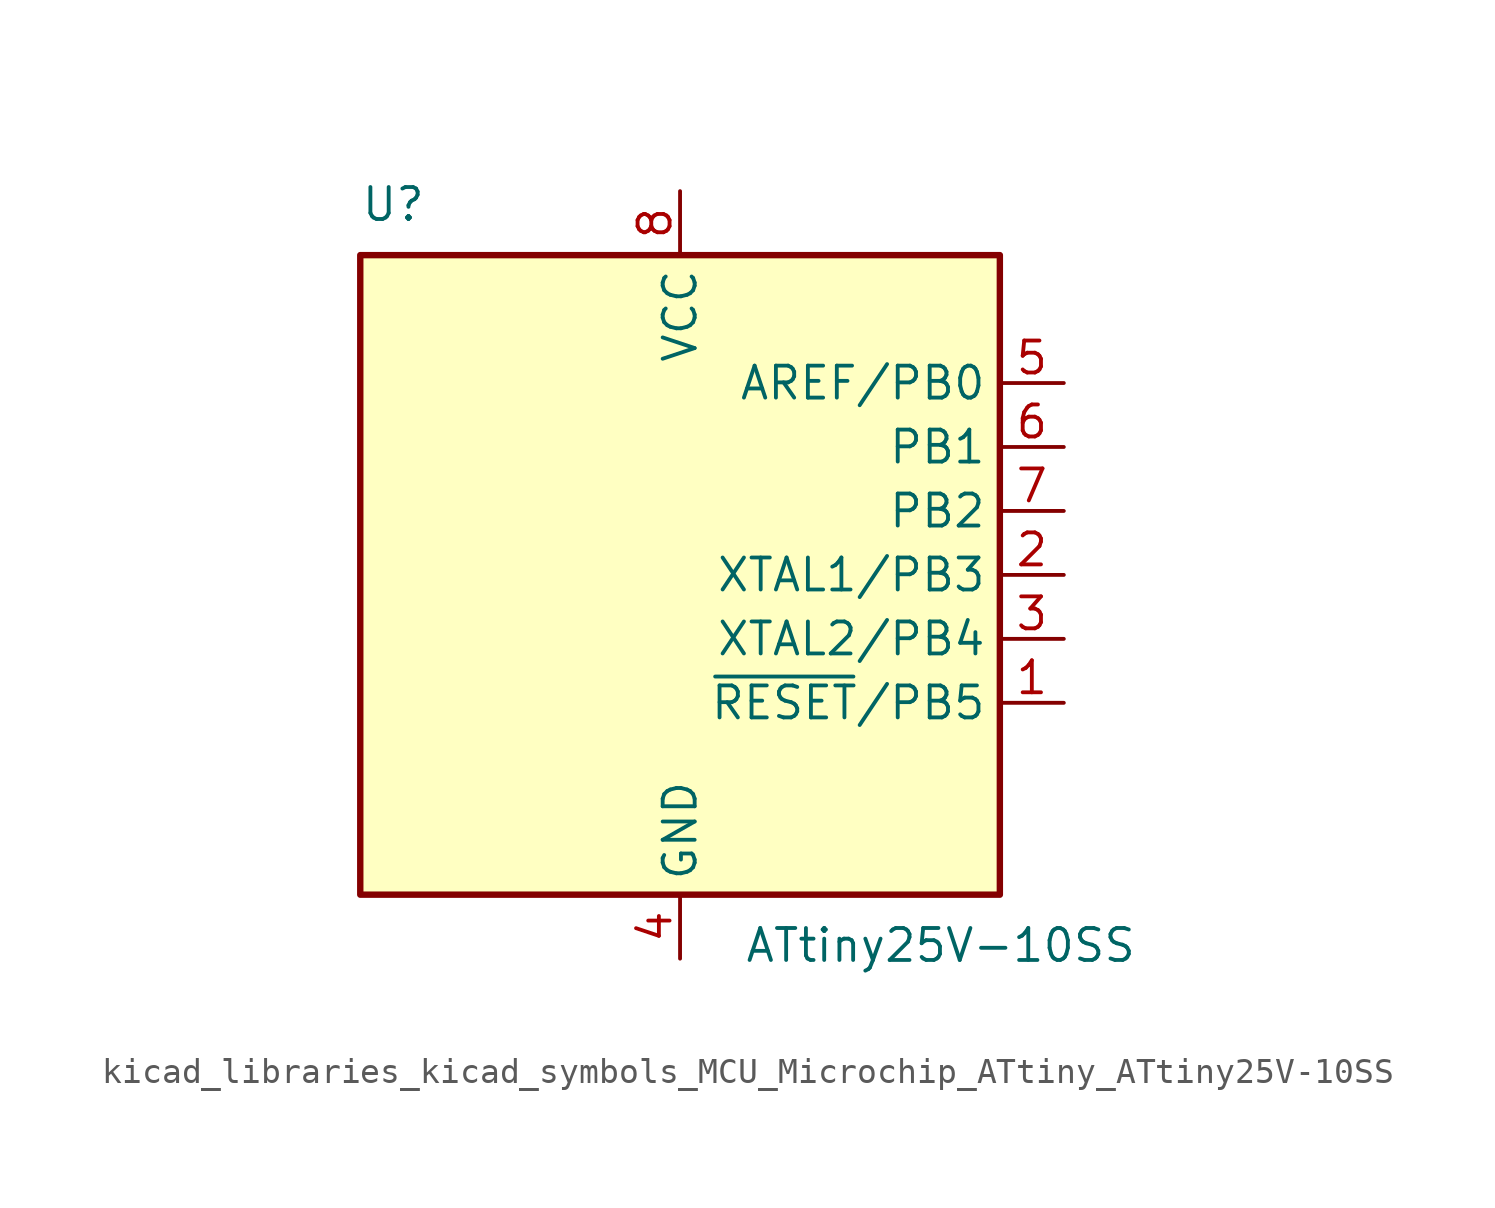
<source format=kicad_sym>
(kicad_symbol_lib
  (version 20220914)
  (generator kicad_symbol_editor)
  (symbol "kicad_libraries_kicad_symbols_MCU_Microchip_ATtiny_ATtiny25V-10SS"
    (property "Reference" "U"
      (at -12.7 13.97 0)
      (effects (font (size 1.27 1.27)) (justify left bottom)))
    (property "Value" "ATtiny25V-10SS"
      (at 2.54 -13.97 0)
      (effects (font (size 1.27 1.27)) (justify left top)))
    (symbol "kicad_libraries_kicad_symbols_MCU_Microchip_ATtiny_ATtiny25V-10SS_0_1"
      (rectangle (start -12.7 -12.7) (end 12.7 12.7) (stroke (width 0.254) (type default)) (fill (type background))))
    (symbol "kicad_libraries_kicad_symbols_MCU_Microchip_ATtiny_ATtiny25V-10SS_1_1"
      (pin bidirectional line (at 15.24 -5.08 180) (length 2.54) (name "~{RESET}/PB5" (effects (font (size 1.27 1.27)))) (number "1" (effects (font (size 1.27 1.27)))))
      (pin bidirectional line (at 15.24 0 180) (length 2.54) (name "XTAL1/PB3" (effects (font (size 1.27 1.27)))) (number "2" (effects (font (size 1.27 1.27)))))
      (pin bidirectional line (at 15.24 -2.54 180) (length 2.54) (name "XTAL2/PB4" (effects (font (size 1.27 1.27)))) (number "3" (effects (font (size 1.27 1.27)))))
      (pin power_in line (at 0 -15.24 90) (length 2.54) (name "GND" (effects (font (size 1.27 1.27)))) (number "4" (effects (font (size 1.27 1.27)))))
      (pin bidirectional line (at 15.24 7.62 180) (length 2.54) (name "AREF/PB0" (effects (font (size 1.27 1.27)))) (number "5" (effects (font (size 1.27 1.27)))))
      (pin bidirectional line (at 15.24 5.08 180) (length 2.54) (name "PB1" (effects (font (size 1.27 1.27)))) (number "6" (effects (font (size 1.27 1.27)))))
      (pin bidirectional line (at 15.24 2.54 180) (length 2.54) (name "PB2" (effects (font (size 1.27 1.27)))) (number "7" (effects (font (size 1.27 1.27)))))
      (pin power_in line (at 0 15.24 270) (length 2.54) (name "VCC" (effects (font (size 1.27 1.27)))) (number "8" (effects (font (size 1.27 1.27))))))))
</source>
